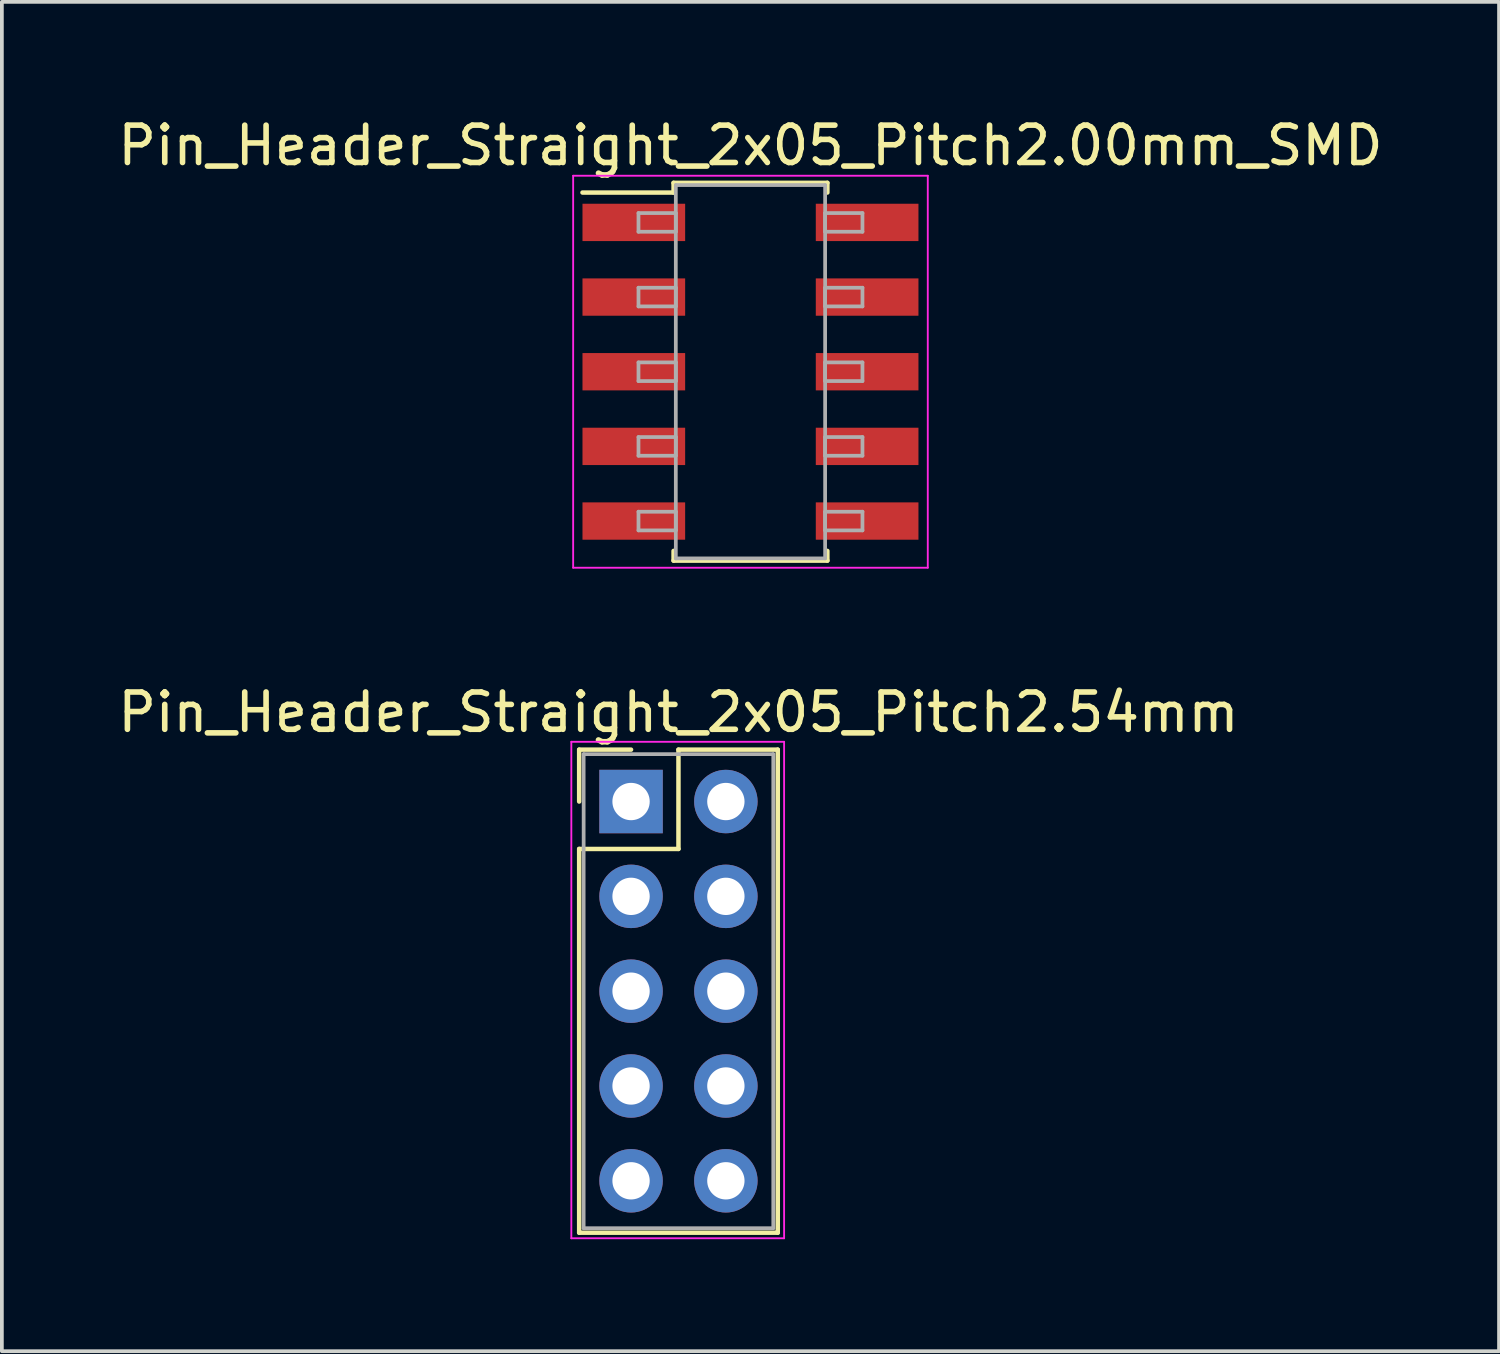
<source format=kicad_pcb>
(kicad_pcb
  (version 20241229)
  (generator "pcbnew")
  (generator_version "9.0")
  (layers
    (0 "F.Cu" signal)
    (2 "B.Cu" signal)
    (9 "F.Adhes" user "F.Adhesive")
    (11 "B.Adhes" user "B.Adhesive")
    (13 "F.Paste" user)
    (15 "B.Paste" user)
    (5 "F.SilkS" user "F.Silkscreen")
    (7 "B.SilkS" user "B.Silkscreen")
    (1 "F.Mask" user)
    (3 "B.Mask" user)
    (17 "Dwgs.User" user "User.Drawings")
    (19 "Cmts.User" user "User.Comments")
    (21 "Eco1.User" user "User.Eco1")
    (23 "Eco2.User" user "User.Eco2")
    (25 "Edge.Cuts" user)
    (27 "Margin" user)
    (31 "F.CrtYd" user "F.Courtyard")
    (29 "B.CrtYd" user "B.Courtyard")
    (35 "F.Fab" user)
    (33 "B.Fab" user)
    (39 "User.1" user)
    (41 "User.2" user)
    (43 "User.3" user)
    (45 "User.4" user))
  (footprint "Pin_Header_Straight_2x05_Pitch2.00mm_SMD"
    (layer "F.Cu")
    (at 17.054 6.908)
    (property "Reference" "Pin_Header_Straight_2x05_Pitch2.00mm_SMD" (at 0 -6.06 0) (layer "F.SilkS") (effects (font (size 1 1) (thickness 0.15))))
    (attr smd)
    (fp_line (start -4.5 -4.8) (end -2.06 -4.8) (stroke (width 0.12) (type solid)) (layer "F.SilkS"))
    (fp_line (start -2.06 -5.06) (end 2.06 -5.06) (stroke (width 0.12) (type solid)) (layer "F.SilkS"))
    (fp_line (start -2.06 -4.8) (end -2.06 -5.06) (stroke (width 0.12) (type solid)) (layer "F.SilkS"))
    (fp_line (start -2.06 4.8) (end -2.06 5.06) (stroke (width 0.12) (type solid)) (layer "F.SilkS"))
    (fp_line (start -2.06 5.06) (end 2.06 5.06) (stroke (width 0.12) (type solid)) (layer "F.SilkS"))
    (fp_line (start 2.06 -5.06) (end 2.06 -4.8) (stroke (width 0.12) (type solid)) (layer "F.SilkS"))
    (fp_line (start 2.06 5.06) (end 2.06 4.8) (stroke (width 0.12) (type solid)) (layer "F.SilkS"))
    (fp_line (start -4.75 -5.25) (end -4.75 5.25) (stroke (width 0.05) (type solid)) (layer "F.CrtYd"))
    (fp_line (start -4.75 5.25) (end 4.75 5.25) (stroke (width 0.05) (type solid)) (layer "F.CrtYd"))
    (fp_line (start 4.75 -5.25) (end -4.75 -5.25) (stroke (width 0.05) (type solid)) (layer "F.CrtYd"))
    (fp_line (start 4.75 5.25) (end 4.75 -5.25) (stroke (width 0.05) (type solid)) (layer "F.CrtYd"))
    (fp_line (start -3 -4.25) (end -2 -4.25) (stroke (width 0.1) (type solid)) (layer "F.Fab"))
    (fp_line (start -3 -3.75) (end -3 -4.25) (stroke (width 0.1) (type solid)) (layer "F.Fab"))
    (fp_line (start -3 -2.25) (end -2 -2.25) (stroke (width 0.1) (type solid)) (layer "F.Fab"))
    (fp_line (start -3 -1.75) (end -3 -2.25) (stroke (width 0.1) (type solid)) (layer "F.Fab"))
    (fp_line (start -3 -0.25) (end -2 -0.25) (stroke (width 0.1) (type solid)) (layer "F.Fab"))
    (fp_line (start -3 0.25) (end -3 -0.25) (stroke (width 0.1) (type solid)) (layer "F.Fab"))
    (fp_line (start -3 1.75) (end -2 1.75) (stroke (width 0.1) (type solid)) (layer "F.Fab"))
    (fp_line (start -3 2.25) (end -3 1.75) (stroke (width 0.1) (type solid)) (layer "F.Fab"))
    (fp_line (start -3 3.75) (end -2 3.75) (stroke (width 0.1) (type solid)) (layer "F.Fab"))
    (fp_line (start -3 4.25) (end -3 3.75) (stroke (width 0.1) (type solid)) (layer "F.Fab"))
    (fp_line (start -2 -5) (end -2 5) (stroke (width 0.1) (type solid)) (layer "F.Fab"))
    (fp_line (start -2 -4.25) (end -2 -3.75) (stroke (width 0.1) (type solid)) (layer "F.Fab"))
    (fp_line (start -2 -3.75) (end -3 -3.75) (stroke (width 0.1) (type solid)) (layer "F.Fab"))
    (fp_line (start -2 -2.25) (end -2 -1.75) (stroke (width 0.1) (type solid)) (layer "F.Fab"))
    (fp_line (start -2 -1.75) (end -3 -1.75) (stroke (width 0.1) (type solid)) (layer "F.Fab"))
    (fp_line (start -2 -0.25) (end -2 0.25) (stroke (width 0.1) (type solid)) (layer "F.Fab"))
    (fp_line (start -2 0.25) (end -3 0.25) (stroke (width 0.1) (type solid)) (layer "F.Fab"))
    (fp_line (start -2 1.75) (end -2 2.25) (stroke (width 0.1) (type solid)) (layer "F.Fab"))
    (fp_line (start -2 2.25) (end -3 2.25) (stroke (width 0.1) (type solid)) (layer "F.Fab"))
    (fp_line (start -2 3.75) (end -2 4.25) (stroke (width 0.1) (type solid)) (layer "F.Fab"))
    (fp_line (start -2 4.25) (end -3 4.25) (stroke (width 0.1) (type solid)) (layer "F.Fab"))
    (fp_line (start -2 5) (end 2 5) (stroke (width 0.1) (type solid)) (layer "F.Fab"))
    (fp_line (start 2 -5) (end -2 -5) (stroke (width 0.1) (type solid)) (layer "F.Fab"))
    (fp_line (start 2 -4.25) (end 2 -3.75) (stroke (width 0.1) (type solid)) (layer "F.Fab"))
    (fp_line (start 2 -3.75) (end 3 -3.75) (stroke (width 0.1) (type solid)) (layer "F.Fab"))
    (fp_line (start 2 -2.25) (end 2 -1.75) (stroke (width 0.1) (type solid)) (layer "F.Fab"))
    (fp_line (start 2 -1.75) (end 3 -1.75) (stroke (width 0.1) (type solid)) (layer "F.Fab"))
    (fp_line (start 2 -0.25) (end 2 0.25) (stroke (width 0.1) (type solid)) (layer "F.Fab"))
    (fp_line (start 2 0.25) (end 3 0.25) (stroke (width 0.1) (type solid)) (layer "F.Fab"))
    (fp_line (start 2 1.75) (end 2 2.25) (stroke (width 0.1) (type solid)) (layer "F.Fab"))
    (fp_line (start 2 2.25) (end 3 2.25) (stroke (width 0.1) (type solid)) (layer "F.Fab"))
    (fp_line (start 2 3.75) (end 2 4.25) (stroke (width 0.1) (type solid)) (layer "F.Fab"))
    (fp_line (start 2 4.25) (end 3 4.25) (stroke (width 0.1) (type solid)) (layer "F.Fab"))
    (fp_line (start 2 5) (end 2 -5) (stroke (width 0.1) (type solid)) (layer "F.Fab"))
    (fp_line (start 3 -4.25) (end 2 -4.25) (stroke (width 0.1) (type solid)) (layer "F.Fab"))
    (fp_line (start 3 -3.75) (end 3 -4.25) (stroke (width 0.1) (type solid)) (layer "F.Fab"))
    (fp_line (start 3 -2.25) (end 2 -2.25) (stroke (width 0.1) (type solid)) (layer "F.Fab"))
    (fp_line (start 3 -1.75) (end 3 -2.25) (stroke (width 0.1) (type solid)) (layer "F.Fab"))
    (fp_line (start 3 -0.25) (end 2 -0.25) (stroke (width 0.1) (type solid)) (layer "F.Fab"))
    (fp_line (start 3 0.25) (end 3 -0.25) (stroke (width 0.1) (type solid)) (layer "F.Fab"))
    (fp_line (start 3 1.75) (end 2 1.75) (stroke (width 0.1) (type solid)) (layer "F.Fab"))
    (fp_line (start 3 2.25) (end 3 1.75) (stroke (width 0.1) (type solid)) (layer "F.Fab"))
    (fp_line (start 3 3.75) (end 2 3.75) (stroke (width 0.1) (type solid)) (layer "F.Fab"))
    (fp_line (start 3 4.25) (end 3 3.75) (stroke (width 0.1) (type solid)) (layer "F.Fab"))
    (pad "1" smd rect (at -3.125 -4) (size 2.75 1) (layers "F.Cu" "F.Mask"))
    (pad "2" smd rect (at 3.125 -4) (size 2.75 1) (layers "F.Cu" "F.Mask"))
    (pad "3" smd rect (at -3.125 -2) (size 2.75 1) (layers "F.Cu" "F.Mask"))
    (pad "4" smd rect (at 3.125 -2) (size 2.75 1) (layers "F.Cu" "F.Mask"))
    (pad "5" smd rect (at -3.125 0) (size 2.75 1) (layers "F.Cu" "F.Mask"))
    (pad "6" smd rect (at 3.125 0) (size 2.75 1) (layers "F.Cu" "F.Mask"))
    (pad "7" smd rect (at -3.125 2) (size 2.75 1) (layers "F.Cu" "F.Mask"))
    (pad "8" smd rect (at 3.125 2) (size 2.75 1) (layers "F.Cu" "F.Mask"))
    (pad "9" smd rect (at -3.125 4) (size 2.75 1) (layers "F.Cu" "F.Mask"))
    (pad "10" smd rect (at 3.125 4) (size 2.75 1) (layers "F.Cu" "F.Mask")))
  (footprint "Pin_Header_Straight_2x05_Pitch2.54mm"
    (layer "F.Cu")
    (at 13.855 18.422)
    (property "Reference" "Pin_Header_Straight_2x05_Pitch2.54mm" (at 1.27 -2.39 0) (layer "F.SilkS") (effects (font (size 1 1) (thickness 0.15))))
    (attr through_hole)
    (fp_line (start -1.39 -1.39) (end 0 -1.39) (stroke (width 0.12) (type solid)) (layer "F.SilkS"))
    (fp_line (start -1.39 0) (end -1.39 -1.39) (stroke (width 0.12) (type solid)) (layer "F.SilkS"))
    (fp_line (start -1.39 1.27) (end -1.39 11.55) (stroke (width 0.12) (type solid)) (layer "F.SilkS"))
    (fp_line (start -1.39 11.55) (end 3.93 11.55) (stroke (width 0.12) (type solid)) (layer "F.SilkS"))
    (fp_line (start 1.27 -1.39) (end 1.27 1.27) (stroke (width 0.12) (type solid)) (layer "F.SilkS"))
    (fp_line (start 1.27 1.27) (end -1.39 1.27) (stroke (width 0.12) (type solid)) (layer "F.SilkS"))
    (fp_line (start 3.93 -1.39) (end 1.27 -1.39) (stroke (width 0.12) (type solid)) (layer "F.SilkS"))
    (fp_line (start 3.93 11.55) (end 3.93 -1.39) (stroke (width 0.12) (type solid)) (layer "F.SilkS"))
    (fp_line (start -1.6 -1.6) (end -1.6 11.7) (stroke (width 0.05) (type solid)) (layer "F.CrtYd"))
    (fp_line (start -1.6 11.7) (end 4.1 11.7) (stroke (width 0.05) (type solid)) (layer "F.CrtYd"))
    (fp_line (start 4.1 -1.6) (end -1.6 -1.6) (stroke (width 0.05) (type solid)) (layer "F.CrtYd"))
    (fp_line (start 4.1 11.7) (end 4.1 -1.6) (stroke (width 0.05) (type solid)) (layer "F.CrtYd"))
    (fp_line (start -1.27 -1.27) (end -1.27 11.43) (stroke (width 0.1) (type solid)) (layer "F.Fab"))
    (fp_line (start -1.27 11.43) (end 3.81 11.43) (stroke (width 0.1) (type solid)) (layer "F.Fab"))
    (fp_line (start 3.81 -1.27) (end -1.27 -1.27) (stroke (width 0.1) (type solid)) (layer "F.Fab"))
    (fp_line (start 3.81 11.43) (end 3.81 -1.27) (stroke (width 0.1) (type solid)) (layer "F.Fab"))
    (pad "1" thru_hole rect (at 0 0) (size 1.7 1.7) (drill 1) (layers "*.Cu" "*.Mask"))
    (pad "2" thru_hole oval (at 2.54 0) (size 1.7 1.7) (drill 1) (layers "*.Cu" "*.Mask"))
    (pad "3" thru_hole oval (at 0 2.54) (size 1.7 1.7) (drill 1) (layers "*.Cu" "*.Mask"))
    (pad "4" thru_hole oval (at 2.54 2.54) (size 1.7 1.7) (drill 1) (layers "*.Cu" "*.Mask"))
    (pad "5" thru_hole oval (at 0 5.08) (size 1.7 1.7) (drill 1) (layers "*.Cu" "*.Mask"))
    (pad "6" thru_hole oval (at 2.54 5.08) (size 1.7 1.7) (drill 1) (layers "*.Cu" "*.Mask"))
    (pad "7" thru_hole oval (at 0 7.62) (size 1.7 1.7) (drill 1) (layers "*.Cu" "*.Mask"))
    (pad "8" thru_hole oval (at 2.54 7.62) (size 1.7 1.7) (drill 1) (layers "*.Cu" "*.Mask"))
    (pad "9" thru_hole oval (at 0 10.16) (size 1.7 1.7) (drill 1) (layers "*.Cu" "*.Mask"))
    (pad "10" thru_hole oval (at 2.54 10.16) (size 1.7 1.7) (drill 1) (layers "*.Cu" "*.Mask")))
  (gr_rect
    (start -3 -3)
    (end 37.107 33.147)
    (stroke (width 0.1) (type default))
    (fill no)
    (layer "Edge.Cuts")))
</source>
